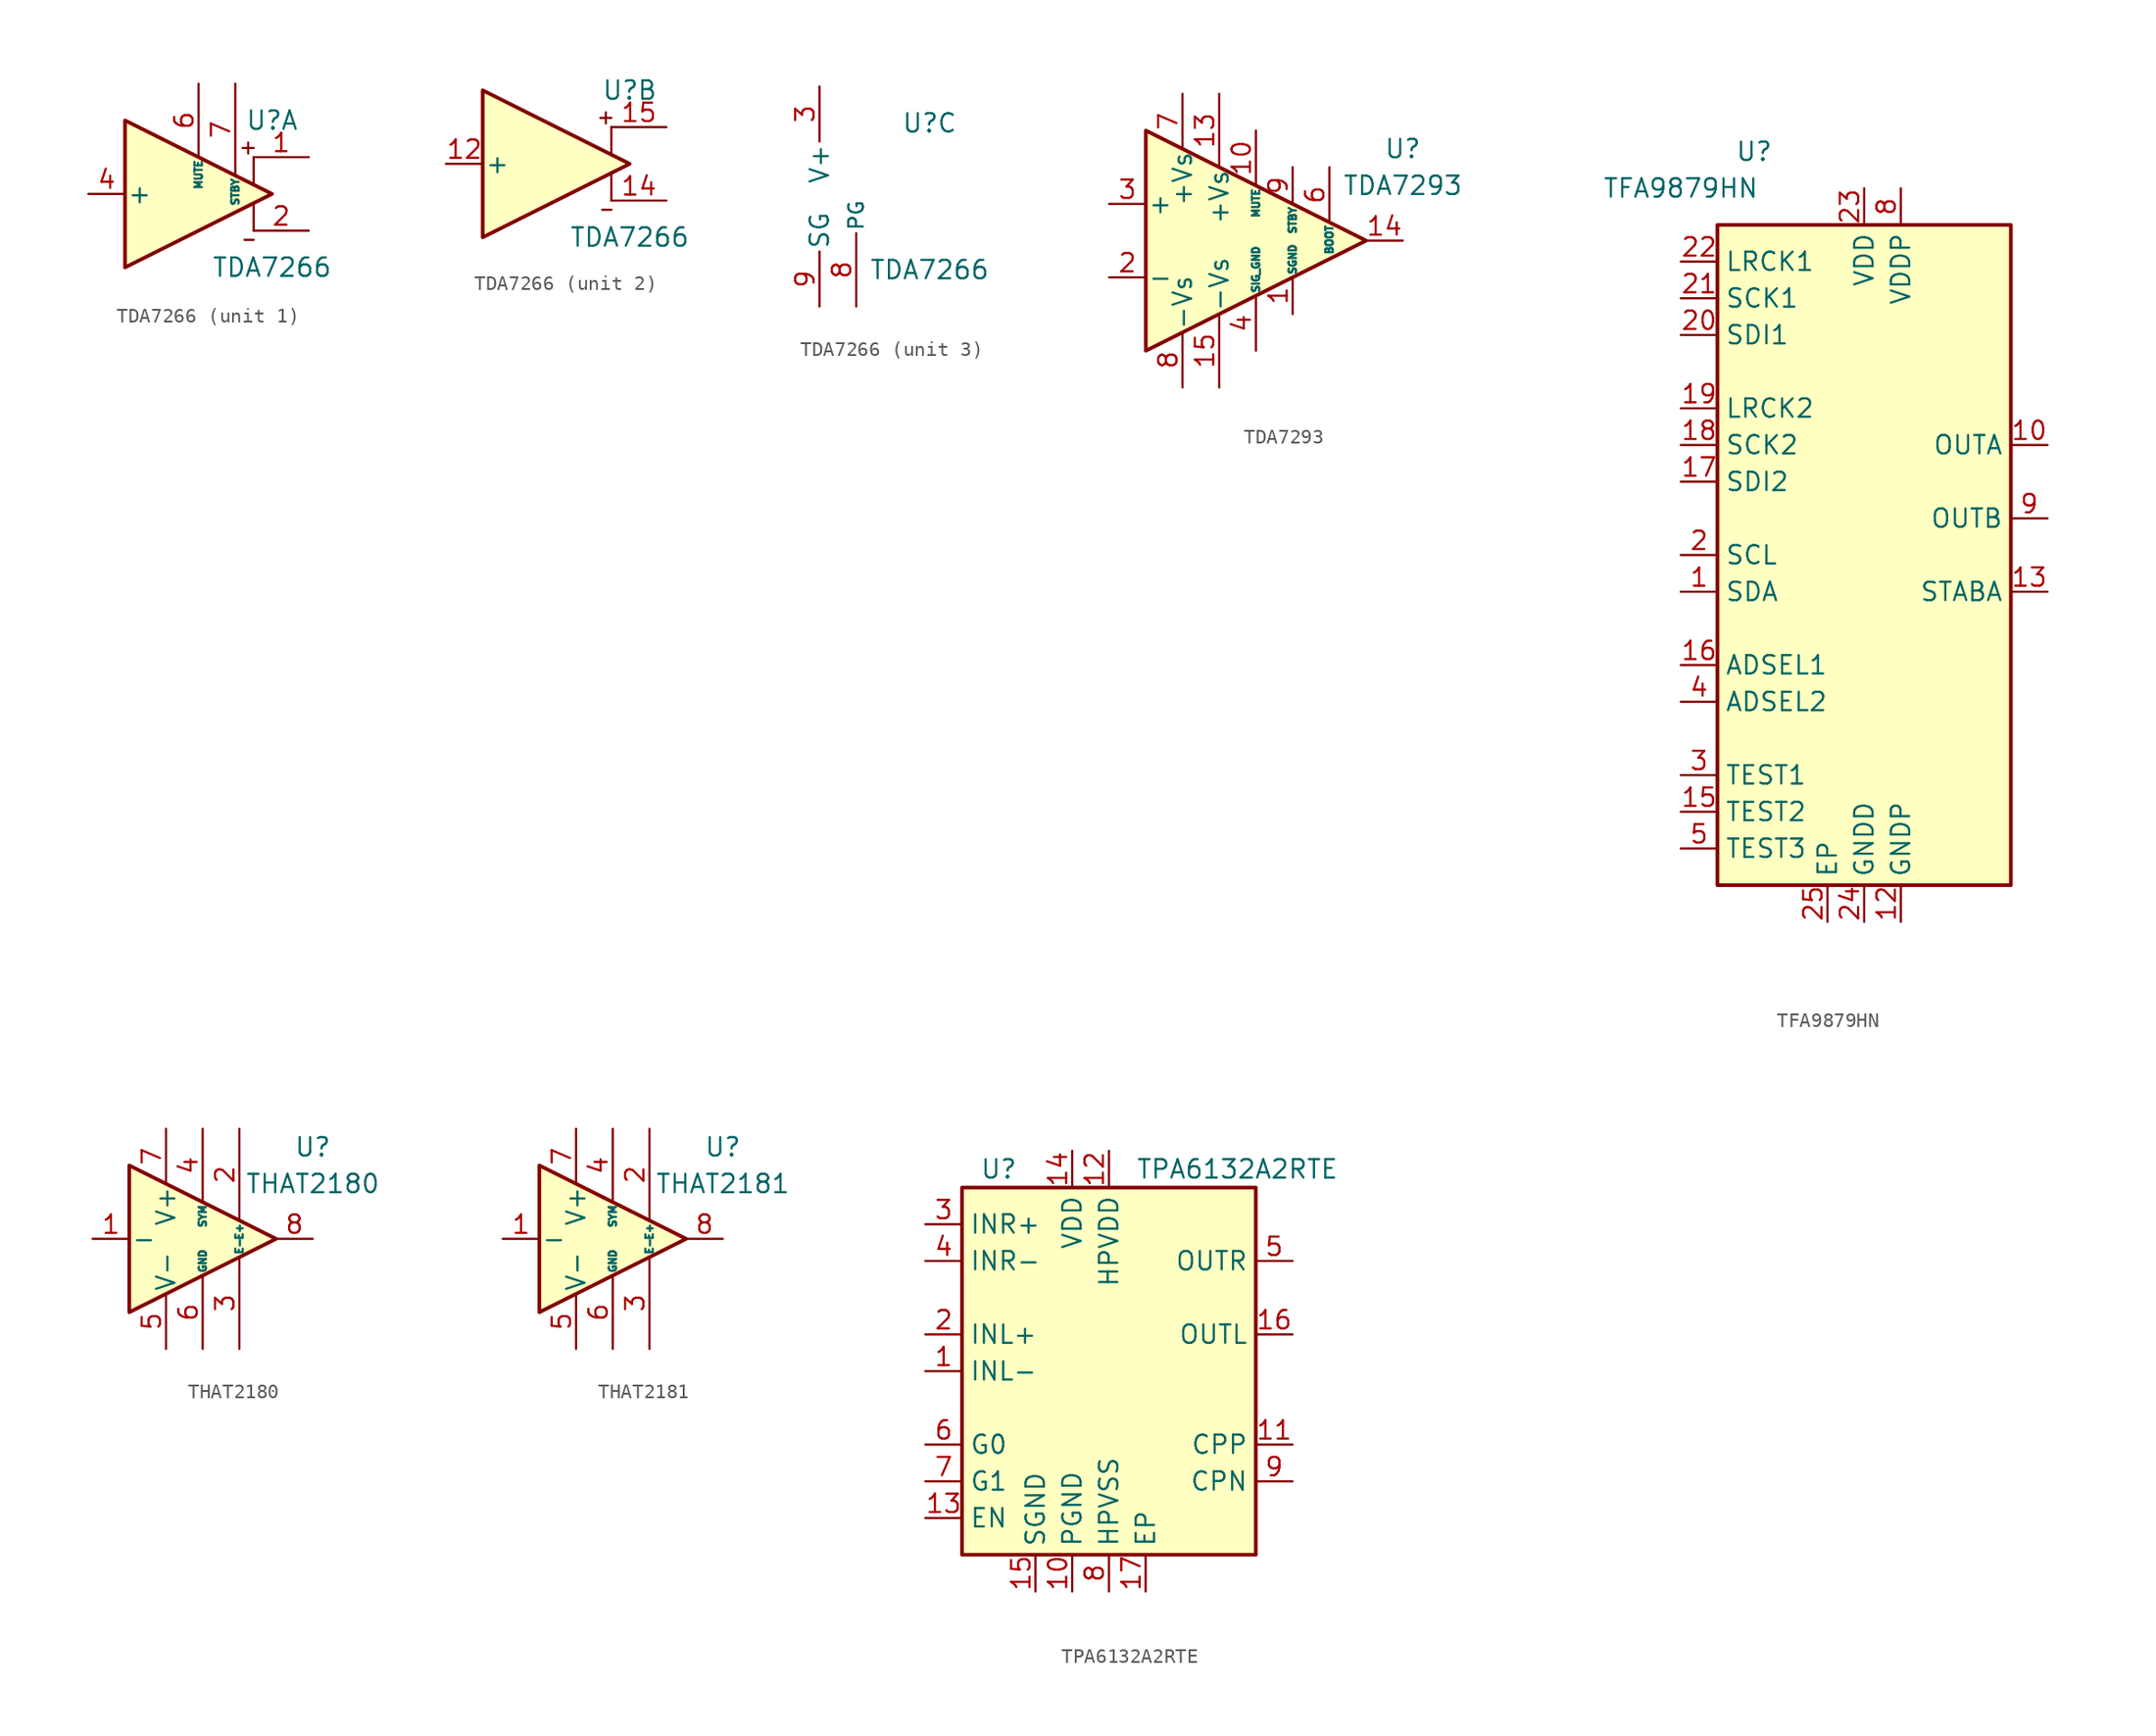
<source format=kicad_sym>
(kicad_symbol_lib
  (version 20220914)
  (generator kicad_symbol_editor)
  (symbol "TDA7266"
    (pin_names
      (offset 0.127))
    (property "Reference" "U"
      (at 5.08 5.08 0)
      (effects (font (size 1.27 1.27))))
    (property "Value" "TDA7266"
      (at 5.08 -5.08 0)
      (effects (font (size 1.27 1.27))))
    (property "ki_locked" ""
      (at 0 0 0)
      (effects (font (size 1.27 1.27))))
    (symbol "TDA7266_1_1"
      (polyline (pts (xy 3.048 3.175) (xy 3.81 3.175)) (stroke (width 0) (type default)) (fill (type none)))
      (polyline (pts (xy 3.175 -3.175) (xy 3.81 -3.175)) (stroke (width 0) (type default)) (fill (type none)))
      (polyline (pts (xy 3.429 2.794) (xy 3.429 3.556)) (stroke (width 0) (type default)) (fill (type none)))
      (polyline (pts (xy 3.81 -0.635) (xy 3.81 -2.54)) (stroke (width 0) (type default)) (fill (type none)))
      (polyline (pts (xy 3.81 2.54) (xy 3.81 0.635)) (stroke (width 0) (type default)) (fill (type none)))
      (polyline (pts (xy 5.08 0) (xy -5.08 5.08) (xy -5.08 -5.08) (xy 5.08 0)) (stroke (width 0.254) (type default)) (fill (type background)))
      (pin output line (at 7.62 2.54 180) (length 3.81) (name "~" (effects (font (size 1.27 1.27)))) (number "1" (effects (font (size 1.27 1.27)))))
      (pin no_connect line (at -2.54 3.81 270) (length 2.54) hide (name "NC" (effects (font (size 1.27 1.27)))) (number "10" (effects (font (size 1.27 1.27)))))
      (pin no_connect line (at -5.08 5.08 270) (length 2.54) hide (name "NC" (effects (font (size 1.27 1.27)))) (number "11" (effects (font (size 1.27 1.27)))))
      (pin output line (at 7.62 -2.54 180) (length 3.81) (name "~" (effects (font (size 1.27 1.27)))) (number "2" (effects (font (size 1.27 1.27)))))
      (pin input line (at -7.62 0 0) (length 2.54) (name "+" (effects (font (size 1.27 1.27)))) (number "4" (effects (font (size 1.27 1.27)))))
      (pin no_connect line (at -5.08 -5.08 90) (length 2.54) hide (name "NC" (effects (font (size 1.27 1.27)))) (number "5" (effects (font (size 1.27 1.27)))))
      (pin input line (at 0 7.62 270) (length 5.08) (name "MUTE" (effects (font (size 0.508 0.508)))) (number "6" (effects (font (size 1.27 1.27)))))
      (pin input line (at 2.54 7.62 270) (length 6.35) (name "STBY" (effects (font (size 0.508 0.508)))) (number "7" (effects (font (size 1.27 1.27))))))
    (symbol "TDA7266_2_1"
      (polyline (pts (xy 3.048 3.175) (xy 3.81 3.175)) (stroke (width 0) (type default)) (fill (type none)))
      (polyline (pts (xy 3.175 -3.175) (xy 3.81 -3.175)) (stroke (width 0) (type default)) (fill (type none)))
      (polyline (pts (xy 3.429 2.794) (xy 3.429 3.556)) (stroke (width 0) (type default)) (fill (type none)))
      (polyline (pts (xy 3.81 -0.635) (xy 3.81 -2.54)) (stroke (width 0) (type default)) (fill (type none)))
      (polyline (pts (xy 3.81 2.54) (xy 3.81 0.635)) (stroke (width 0) (type default)) (fill (type none)))
      (polyline (pts (xy 5.08 0) (xy -5.08 5.08) (xy -5.08 -5.08) (xy 5.08 0)) (stroke (width 0.254) (type default)) (fill (type background)))
      (pin input line (at -7.62 0 0) (length 2.54) (name "+" (effects (font (size 1.27 1.27)))) (number "12" (effects (font (size 1.27 1.27)))))
      (pin output line (at 7.62 -2.54 180) (length 3.81) (name "~" (effects (font (size 1.27 1.27)))) (number "14" (effects (font (size 1.27 1.27)))))
      (pin output line (at 7.62 2.54 180) (length 3.81) (name "~" (effects (font (size 1.27 1.27)))) (number "15" (effects (font (size 1.27 1.27))))))
    (symbol "TDA7266_3_1"
      (pin passive line (at -2.54 7.62 270) (length 3.81) hide (name "V+" (effects (font (size 1.27 1.27)))) (number "13" (effects (font (size 1.27 1.27)))))
      (pin power_in line (at -2.54 7.62 270) (length 3.81) (name "V+" (effects (font (size 1.27 1.27)))) (number "3" (effects (font (size 1.27 1.27)))))
      (pin power_in line (at 0 -7.62 90) (length 5.08) (name "PG" (effects (font (size 1.016 1.016)))) (number "8" (effects (font (size 1.27 1.27)))))
      (pin power_in line (at -2.54 -7.62 90) (length 3.81) (name "SG" (effects (font (size 1.27 1.27)))) (number "9" (effects (font (size 1.27 1.27)))))))
  (symbol "TDA7293"
    (pin_names
      (offset 0.127))
    (property "Reference" "U"
      (at 10.16 6.35 0)
      (effects (font (size 1.27 1.27))))
    (property "Value" "TDA7293"
      (at 10.16 3.81 0)
      (effects (font (size 1.27 1.27))))
    (symbol "TDA7293_0_1"
      (polyline (pts (xy -7.62 7.62) (xy 7.62 0) (xy -7.62 -7.62) (xy -7.62 7.62)) (stroke (width 0.254) (type default)) (fill (type background))))
    (symbol "TDA7293_1_1"
      (pin power_in line (at 2.54 -5.08 90) (length 2.54) (name "SGND" (effects (font (size 0.508 0.508)))) (number "1" (effects (font (size 1.27 1.27)))))
      (pin input line (at 0 7.62 270) (length 3.81) (name "MUTE" (effects (font (size 0.508 0.508)))) (number "10" (effects (font (size 1.27 1.27)))))
      (pin no_connect line (at 0 2.54 270) (length 2.54) hide (name "NC" (effects (font (size 1.27 1.27)))) (number "11" (effects (font (size 1.27 1.27)))))
      (pin no_connect line (at 2.54 2.54 270) (length 2.54) hide (name "NC" (effects (font (size 1.27 1.27)))) (number "12" (effects (font (size 1.27 1.27)))))
      (pin power_in line (at -2.54 10.16 270) (length 5.08) (name "+Vs" (effects (font (size 1.27 1.27)))) (number "13" (effects (font (size 1.27 1.27)))))
      (pin output line (at 10.16 0 180) (length 2.54) (name "~" (effects (font (size 1.27 1.27)))) (number "14" (effects (font (size 1.27 1.27)))))
      (pin power_in line (at -2.54 -10.16 90) (length 5.08) (name "-Vs" (effects (font (size 1.27 1.27)))) (number "15" (effects (font (size 1.27 1.27)))))
      (pin input line (at -10.16 -2.54 0) (length 2.54) (name "-" (effects (font (size 1.27 1.27)))) (number "2" (effects (font (size 1.27 1.27)))))
      (pin input line (at -10.16 2.54 0) (length 2.54) (name "+" (effects (font (size 1.27 1.27)))) (number "3" (effects (font (size 1.27 1.27)))))
      (pin power_in line (at 0 -7.62 90) (length 3.81) (name "SIG_GND" (effects (font (size 0.508 0.508)))) (number "4" (effects (font (size 1.27 1.27)))))
      (pin no_connect line (at -2.54 2.54 270) (length 2.54) hide (name "NC" (effects (font (size 1.27 1.27)))) (number "5" (effects (font (size 1.27 1.27)))))
      (pin passive line (at 5.08 5.08 270) (length 3.81) (name "BOOT" (effects (font (size 0.508 0.508)))) (number "6" (effects (font (size 1.27 1.27)))))
      (pin power_in line (at -5.08 10.16 270) (length 3.81) (name "+Vs" (effects (font (size 1.27 1.27)))) (number "7" (effects (font (size 1.27 1.27)))))
      (pin power_in line (at -5.08 -10.16 90) (length 3.81) (name "-Vs" (effects (font (size 1.27 1.27)))) (number "8" (effects (font (size 1.27 1.27)))))
      (pin input line (at 2.54 5.08 270) (length 2.54) (name "STBY" (effects (font (size 0.508 0.508)))) (number "9" (effects (font (size 1.27 1.27)))))))
  (symbol "TFA9879HN"
    (property "Reference" "U"
      (at -7.62 27.94 0)
      (effects (font (size 1.27 1.27))))
    (property "Value" "TFA9879HN"
      (at -12.7 25.4 0)
      (effects (font (size 1.27 1.27))))
    (symbol "TFA9879HN_0_1"
      (polyline (pts (xy -10.16 22.86) (xy 10.16 22.86) (xy 10.16 -22.86) (xy -10.16 -22.86) (xy -10.16 22.86)) (stroke (width 0.254) (type default)) (fill (type background))))
    (symbol "TFA9879HN_1_1"
      (pin bidirectional line (at -12.7 -2.54 0) (length 2.54) (name "SDA" (effects (font (size 1.27 1.27)))) (number "1" (effects (font (size 1.27 1.27)))))
      (pin output line (at 12.7 7.62 180) (length 2.54) (name "OUTA" (effects (font (size 1.27 1.27)))) (number "10" (effects (font (size 1.27 1.27)))))
      (pin passive line (at 2.54 -25.4 90) (length 2.54) hide (name "GNDP" (effects (font (size 1.27 1.27)))) (number "11" (effects (font (size 1.27 1.27)))))
      (pin power_in line (at 2.54 -25.4 90) (length 2.54) (name "GNDP" (effects (font (size 1.27 1.27)))) (number "12" (effects (font (size 1.27 1.27)))))
      (pin output line (at 12.7 -2.54 180) (length 2.54) (name "STABA" (effects (font (size 1.27 1.27)))) (number "13" (effects (font (size 1.27 1.27)))))
      (pin no_connect line (at 10.16 -10.16 180) (length 2.54) hide (name "NC" (effects (font (size 1.27 1.27)))) (number "14" (effects (font (size 1.27 1.27)))))
      (pin input line (at -12.7 -17.78 0) (length 2.54) (name "TEST2" (effects (font (size 1.27 1.27)))) (number "15" (effects (font (size 1.27 1.27)))))
      (pin input line (at -12.7 -7.62 0) (length 2.54) (name "ADSEL1" (effects (font (size 1.27 1.27)))) (number "16" (effects (font (size 1.27 1.27)))))
      (pin input line (at -12.7 5.08 0) (length 2.54) (name "SDI2" (effects (font (size 1.27 1.27)))) (number "17" (effects (font (size 1.27 1.27)))))
      (pin input line (at -12.7 7.62 0) (length 2.54) (name "SCK2" (effects (font (size 1.27 1.27)))) (number "18" (effects (font (size 1.27 1.27)))))
      (pin input line (at -12.7 10.16 0) (length 2.54) (name "LRCK2" (effects (font (size 1.27 1.27)))) (number "19" (effects (font (size 1.27 1.27)))))
      (pin input line (at -12.7 0 0) (length 2.54) (name "SCL" (effects (font (size 1.27 1.27)))) (number "2" (effects (font (size 1.27 1.27)))))
      (pin input line (at -12.7 15.24 0) (length 2.54) (name "SDI1" (effects (font (size 1.27 1.27)))) (number "20" (effects (font (size 1.27 1.27)))))
      (pin input line (at -12.7 17.78 0) (length 2.54) (name "SCK1" (effects (font (size 1.27 1.27)))) (number "21" (effects (font (size 1.27 1.27)))))
      (pin input line (at -12.7 20.32 0) (length 2.54) (name "LRCK1" (effects (font (size 1.27 1.27)))) (number "22" (effects (font (size 1.27 1.27)))))
      (pin power_in line (at 0 25.4 270) (length 2.54) (name "VDD" (effects (font (size 1.27 1.27)))) (number "23" (effects (font (size 1.27 1.27)))))
      (pin power_in line (at 0 -25.4 90) (length 2.54) (name "GNDD" (effects (font (size 1.27 1.27)))) (number "24" (effects (font (size 1.27 1.27)))))
      (pin passive line (at -2.54 -25.4 90) (length 2.54) (name "EP" (effects (font (size 1.27 1.27)))) (number "25" (effects (font (size 1.27 1.27)))))
      (pin input line (at -12.7 -15.24 0) (length 2.54) (name "TEST1" (effects (font (size 1.27 1.27)))) (number "3" (effects (font (size 1.27 1.27)))))
      (pin input line (at -12.7 -10.16 0) (length 2.54) (name "ADSEL2" (effects (font (size 1.27 1.27)))) (number "4" (effects (font (size 1.27 1.27)))))
      (pin input line (at -12.7 -20.32 0) (length 2.54) (name "TEST3" (effects (font (size 1.27 1.27)))) (number "5" (effects (font (size 1.27 1.27)))))
      (pin no_connect line (at 10.16 -12.7 180) (length 2.54) hide (name "NC" (effects (font (size 1.27 1.27)))) (number "6" (effects (font (size 1.27 1.27)))))
      (pin passive line (at 2.54 25.4 270) (length 2.54) hide (name "VDDP" (effects (font (size 1.27 1.27)))) (number "7" (effects (font (size 1.27 1.27)))))
      (pin power_in line (at 2.54 25.4 270) (length 2.54) (name "VDDP" (effects (font (size 1.27 1.27)))) (number "8" (effects (font (size 1.27 1.27)))))
      (pin output line (at 12.7 2.54 180) (length 2.54) (name "OUTB" (effects (font (size 1.27 1.27)))) (number "9" (effects (font (size 1.27 1.27)))))))
  (symbol "THAT2180"
    (pin_names
      (offset 0.127))
    (property "Reference" "U"
      (at 7.62 6.35 0)
      (effects (font (size 1.27 1.27))))
    (property "Value" "THAT2180"
      (at 7.62 3.81 0)
      (effects (font (size 1.27 1.27))))
    (symbol "THAT2180_0_0"
      (pin power_in line (at -2.54 -7.62 90) (length 3.81) (name "V-" (effects (font (size 1.27 1.27)))) (number "5" (effects (font (size 1.27 1.27)))))
      (pin power_in line (at 0 -7.62 90) (length 5.08) (name "GND" (effects (font (size 0.508 0.508)))) (number "6" (effects (font (size 1.27 1.27)))))
      (pin power_in line (at -2.54 7.62 270) (length 3.81) (name "V+" (effects (font (size 1.27 1.27)))) (number "7" (effects (font (size 1.27 1.27))))))
    (symbol "THAT2180_0_1"
      (polyline (pts (xy -5.08 5.08) (xy 5.08 0) (xy -5.08 -5.08) (xy -5.08 5.08)) (stroke (width 0.254) (type default)) (fill (type background))))
    (symbol "THAT2180_1_1"
      (pin input line (at -7.62 0 0) (length 2.54) (name "-" (effects (font (size 1.27 1.27)))) (number "1" (effects (font (size 1.27 1.27)))))
      (pin input line (at 2.54 7.62 270) (length 6.35) (name "E+" (effects (font (size 0.508 0.508)))) (number "2" (effects (font (size 1.27 1.27)))))
      (pin input line (at 2.54 -7.62 90) (length 6.35) (name "E-" (effects (font (size 0.508 0.508)))) (number "3" (effects (font (size 1.27 1.27)))))
      (pin input line (at 0 7.62 270) (length 5.08) (name "SYM" (effects (font (size 0.508 0.508)))) (number "4" (effects (font (size 1.27 1.27)))))
      (pin output line (at 7.62 0 180) (length 2.54) (name "~" (effects (font (size 1.27 1.27)))) (number "8" (effects (font (size 1.27 1.27)))))))
  (symbol "THAT2181"
    (pin_names
      (offset 0.127))
    (property "Reference" "U"
      (at 7.62 6.35 0)
      (effects (font (size 1.27 1.27))))
    (property "Value" "THAT2181"
      (at 7.62 3.81 0)
      (effects (font (size 1.27 1.27))))
    (symbol "THAT2181_0_0"
      (pin power_in line (at -2.54 -7.62 90) (length 3.81) (name "V-" (effects (font (size 1.27 1.27)))) (number "5" (effects (font (size 1.27 1.27)))))
      (pin power_in line (at 0 -7.62 90) (length 5.08) (name "GND" (effects (font (size 0.508 0.508)))) (number "6" (effects (font (size 1.27 1.27)))))
      (pin power_in line (at -2.54 7.62 270) (length 3.81) (name "V+" (effects (font (size 1.27 1.27)))) (number "7" (effects (font (size 1.27 1.27))))))
    (symbol "THAT2181_0_1"
      (polyline (pts (xy -5.08 5.08) (xy 5.08 0) (xy -5.08 -5.08) (xy -5.08 5.08)) (stroke (width 0.254) (type default)) (fill (type background))))
    (symbol "THAT2181_1_1"
      (pin input line (at -7.62 0 0) (length 2.54) (name "-" (effects (font (size 1.27 1.27)))) (number "1" (effects (font (size 1.27 1.27)))))
      (pin input line (at 2.54 7.62 270) (length 6.35) (name "E+" (effects (font (size 0.508 0.508)))) (number "2" (effects (font (size 1.27 1.27)))))
      (pin input line (at 2.54 -7.62 90) (length 6.35) (name "E-" (effects (font (size 0.508 0.508)))) (number "3" (effects (font (size 1.27 1.27)))))
      (pin input line (at 0 7.62 270) (length 5.08) (name "SYM" (effects (font (size 0.508 0.508)))) (number "4" (effects (font (size 1.27 1.27)))))
      (pin output line (at 7.62 0 180) (length 2.54) (name "~" (effects (font (size 1.27 1.27)))) (number "8" (effects (font (size 1.27 1.27)))))))
  (symbol "TPA6132A2RTE"
    (property "Reference" "U"
      (at -7.62 13.97 0)
      (effects (font (size 1.27 1.27))))
    (property "Value" "TPA6132A2RTE"
      (at 8.89 13.97 0)
      (effects (font (size 1.27 1.27))))
    (symbol "TPA6132A2RTE_0_1"
      (rectangle (start -10.16 12.7) (end 10.16 -12.7) (stroke (width 0.254) (type default)) (fill (type background))))
    (symbol "TPA6132A2RTE_1_1"
      (pin input line (at -12.7 0 0) (length 2.54) (name "INL-" (effects (font (size 1.27 1.27)))) (number "1" (effects (font (size 1.27 1.27)))))
      (pin power_in line (at -2.54 -15.24 90) (length 2.54) (name "PGND" (effects (font (size 1.27 1.27)))) (number "10" (effects (font (size 1.27 1.27)))))
      (pin passive line (at 12.7 -5.08 180) (length 2.54) (name "CPP" (effects (font (size 1.27 1.27)))) (number "11" (effects (font (size 1.27 1.27)))))
      (pin power_in line (at 0 15.24 270) (length 2.54) (name "HPVDD" (effects (font (size 1.27 1.27)))) (number "12" (effects (font (size 1.27 1.27)))))
      (pin input line (at -12.7 -10.16 0) (length 2.54) (name "EN" (effects (font (size 1.27 1.27)))) (number "13" (effects (font (size 1.27 1.27)))))
      (pin power_in line (at -2.54 15.24 270) (length 2.54) (name "VDD" (effects (font (size 1.27 1.27)))) (number "14" (effects (font (size 1.27 1.27)))))
      (pin power_in line (at -5.08 -15.24 90) (length 2.54) (name "SGND" (effects (font (size 1.27 1.27)))) (number "15" (effects (font (size 1.27 1.27)))))
      (pin output line (at 12.7 2.54 180) (length 2.54) (name "OUTL" (effects (font (size 1.27 1.27)))) (number "16" (effects (font (size 1.27 1.27)))))
      (pin passive line (at 2.54 -15.24 90) (length 2.54) (name "EP" (effects (font (size 1.27 1.27)))) (number "17" (effects (font (size 1.27 1.27)))))
      (pin input line (at -12.7 2.54 0) (length 2.54) (name "INL+" (effects (font (size 1.27 1.27)))) (number "2" (effects (font (size 1.27 1.27)))))
      (pin input line (at -12.7 10.16 0) (length 2.54) (name "INR+" (effects (font (size 1.27 1.27)))) (number "3" (effects (font (size 1.27 1.27)))))
      (pin input line (at -12.7 7.62 0) (length 2.54) (name "INR-" (effects (font (size 1.27 1.27)))) (number "4" (effects (font (size 1.27 1.27)))))
      (pin output line (at 12.7 7.62 180) (length 2.54) (name "OUTR" (effects (font (size 1.27 1.27)))) (number "5" (effects (font (size 1.27 1.27)))))
      (pin input line (at -12.7 -5.08 0) (length 2.54) (name "G0" (effects (font (size 1.27 1.27)))) (number "6" (effects (font (size 1.27 1.27)))))
      (pin input line (at -12.7 -7.62 0) (length 2.54) (name "G1" (effects (font (size 1.27 1.27)))) (number "7" (effects (font (size 1.27 1.27)))))
      (pin power_in line (at 0 -15.24 90) (length 2.54) (name "HPVSS" (effects (font (size 1.27 1.27)))) (number "8" (effects (font (size 1.27 1.27)))))
      (pin passive line (at 12.7 -7.62 180) (length 2.54) (name "CPN" (effects (font (size 1.27 1.27)))) (number "9" (effects (font (size 1.27 1.27))))))))
</source>
